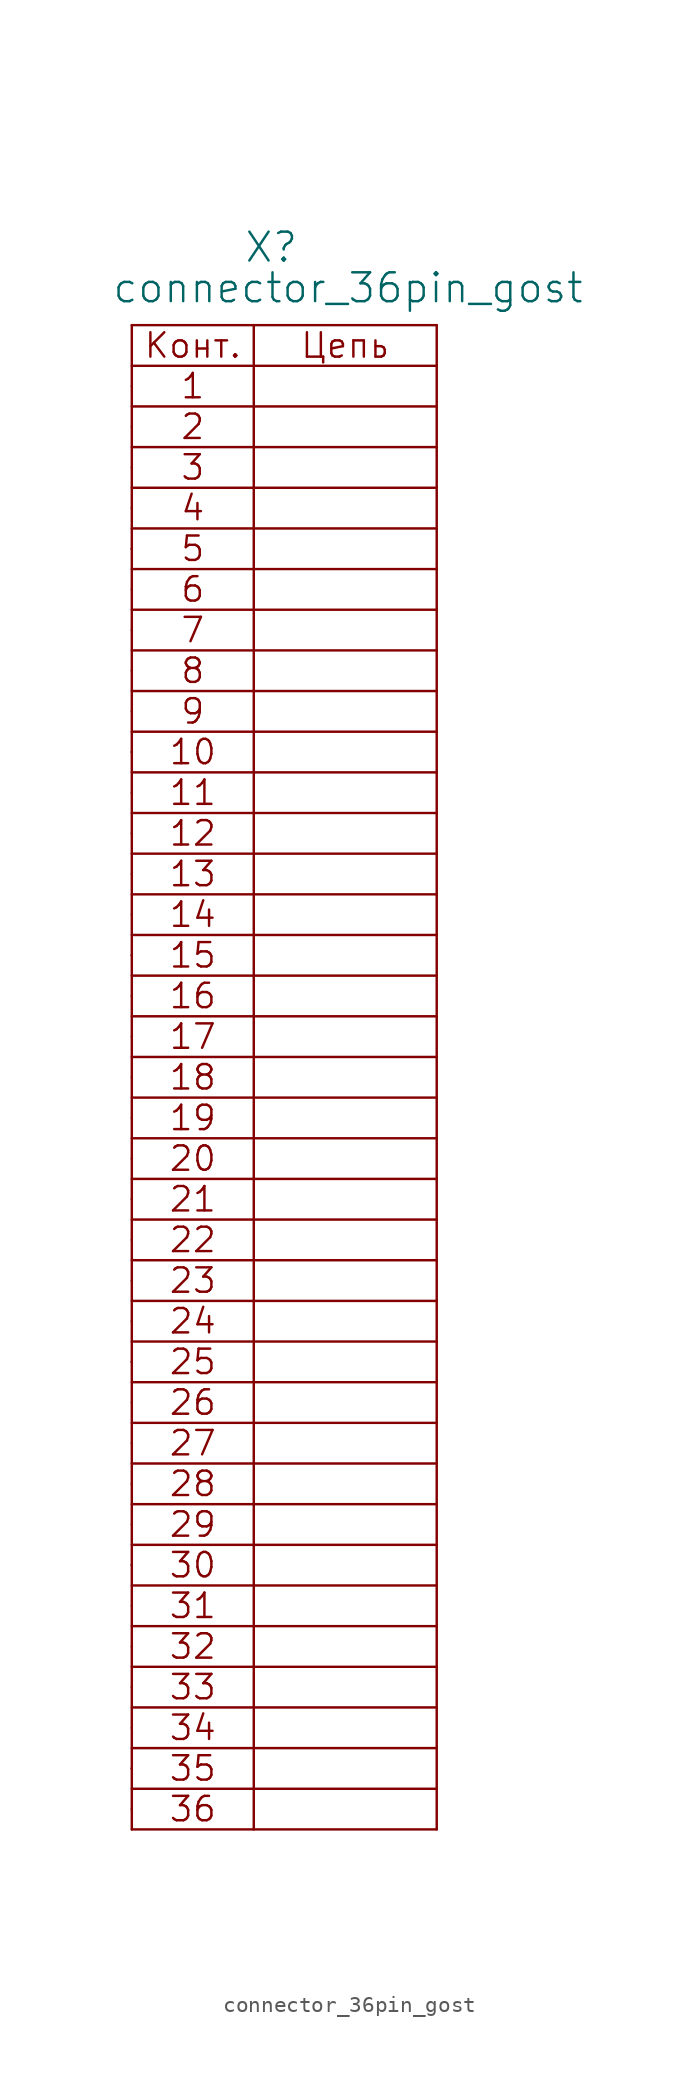
<source format=kicad_sym>
(kicad_symbol_lib
  (version 20211014)
  (generator kicad_symbol_editor)
  (symbol "connector_36pin_gost"
    (pin_numbers hide)
    (pin_names
      (offset 1.016) hide)
    (property "Reference" "X"
      (at 6.985 7.62 0)
      (effects (font (size 1.803 1.803)) (justify left bottom)))
    (property "Value" "connector_36pin_gost"
      (at -1.27 5.08 0)
      (effects (font (size 1.803 1.803)) (justify left bottom)))
    (property "Datasheet" ""
      (at 0 0 0)
      (effects (font (size 1.524 1.524))))
    (symbol "connector_36pin_gost_0_0"
      (polyline (pts (xy 0 -87.63) (xy 19.05 -87.63)) (stroke (width 0) (type default) (color 0 0 0 0)) (fill (type none)))
      (polyline (pts (xy 0 -86.36) (xy 0 -86.36)) (stroke (width 0) (type default) (color 0 0 0 0)) (fill (type none)))
      (polyline (pts (xy 0 -85.09) (xy 19.05 -85.09)) (stroke (width 0) (type default) (color 0 0 0 0)) (fill (type none)))
      (polyline (pts (xy 0 -82.55) (xy 19.05 -82.55)) (stroke (width 0) (type default) (color 0 0 0 0)) (fill (type none)))
      (polyline (pts (xy 0 -80.01) (xy 19.05 -80.01)) (stroke (width 0) (type default) (color 0 0 0 0)) (fill (type none)))
      (polyline (pts (xy 0 -74.93) (xy 19.05 -74.93)) (stroke (width 0) (type default) (color 0 0 0 0)) (fill (type none)))
      (polyline (pts (xy 0 -73.66) (xy 0 -73.66)) (stroke (width 0) (type default) (color 0 0 0 0)) (fill (type none)))
      (polyline (pts (xy 0 -72.39) (xy 19.05 -72.39)) (stroke (width 0) (type default) (color 0 0 0 0)) (fill (type none)))
      (polyline (pts (xy 0 -69.85) (xy 19.05 -69.85)) (stroke (width 0) (type default) (color 0 0 0 0)) (fill (type none)))
      (polyline (pts (xy 0 -67.31) (xy 19.05 -67.31)) (stroke (width 0) (type default) (color 0 0 0 0)) (fill (type none)))
      (polyline (pts (xy 0 -62.23) (xy 19.05 -62.23)) (stroke (width 0) (type default) (color 0 0 0 0)) (fill (type none)))
      (polyline (pts (xy 0 -60.96) (xy 0 -60.96)) (stroke (width 0) (type default) (color 0 0 0 0)) (fill (type none)))
      (polyline (pts (xy 0 -59.69) (xy 19.05 -59.69)) (stroke (width 0) (type default) (color 0 0 0 0)) (fill (type none)))
      (polyline (pts (xy 0 -57.15) (xy 19.05 -57.15)) (stroke (width 0) (type default) (color 0 0 0 0)) (fill (type none)))
      (polyline (pts (xy 0 -54.61) (xy 19.05 -54.61)) (stroke (width 0) (type default) (color 0 0 0 0)) (fill (type none)))
      (polyline (pts (xy 0 -49.53) (xy 19.05 -49.53)) (stroke (width 0) (type default) (color 0 0 0 0)) (fill (type none)))
      (polyline (pts (xy 0 -46.99) (xy 19.05 -46.99)) (stroke (width 0) (type default) (color 0 0 0 0)) (fill (type none)))
      (polyline (pts (xy 0 -44.45) (xy 19.05 -44.45)) (stroke (width 0) (type default) (color 0 0 0 0)) (fill (type none)))
      (polyline (pts (xy 0 -41.91) (xy 19.05 -41.91)) (stroke (width 0) (type default) (color 0 0 0 0)) (fill (type none)))
      (polyline (pts (xy 0 -36.83) (xy 19.05 -36.83)) (stroke (width 0) (type default) (color 0 0 0 0)) (fill (type none)))
      (polyline (pts (xy 0 -35.56) (xy 0 -35.56)) (stroke (width 0) (type default) (color 0 0 0 0)) (fill (type none)))
      (polyline (pts (xy 0 -34.29) (xy 19.05 -34.29)) (stroke (width 0) (type default) (color 0 0 0 0)) (fill (type none)))
      (polyline (pts (xy 0 -31.75) (xy 19.05 -31.75)) (stroke (width 0) (type default) (color 0 0 0 0)) (fill (type none)))
      (polyline (pts (xy 0 -29.21) (xy 19.05 -29.21)) (stroke (width 0) (type default) (color 0 0 0 0)) (fill (type none)))
      (polyline (pts (xy 0 -24.13) (xy 19.05 -24.13)) (stroke (width 0) (type default) (color 0 0 0 0)) (fill (type none)))
      (polyline (pts (xy 0 -22.86) (xy 0 -22.86)) (stroke (width 0) (type default) (color 0 0 0 0)) (fill (type none)))
      (polyline (pts (xy 0 -21.59) (xy 19.05 -21.59)) (stroke (width 0) (type default) (color 0 0 0 0)) (fill (type none)))
      (polyline (pts (xy 0 -19.05) (xy 19.05 -19.05)) (stroke (width 0) (type default) (color 0 0 0 0)) (fill (type none)))
      (polyline (pts (xy 0 -16.51) (xy 19.05 -16.51)) (stroke (width 0) (type default) (color 0 0 0 0)) (fill (type none)))
      (polyline (pts (xy 0 -11.43) (xy 19.05 -11.43)) (stroke (width 0) (type default) (color 0 0 0 0)) (fill (type none)))
      (polyline (pts (xy 0 -10.16) (xy 0 -10.16)) (stroke (width 0) (type default) (color 0 0 0 0)) (fill (type none)))
      (polyline (pts (xy 0 -8.89) (xy 19.05 -8.89)) (stroke (width 0) (type default) (color 0 0 0 0)) (fill (type none)))
      (polyline (pts (xy 0 -6.35) (xy 19.05 -6.35)) (stroke (width 0) (type default) (color 0 0 0 0)) (fill (type none)))
      (polyline (pts (xy 0 -3.81) (xy 19.05 -3.81)) (stroke (width 0) (type default) (color 0 0 0 0)) (fill (type none)))
      (polyline (pts (xy 0 1.27) (xy 19.05 1.27)) (stroke (width 0) (type default) (color 0 0 0 0)) (fill (type none)))
      (polyline (pts (xy 19.05 -90.17) (xy 0 -90.17)) (stroke (width 0) (type default) (color 0 0 0 0)) (fill (type none)))
      (polyline (pts (xy 19.05 -77.47) (xy 0 -77.47)) (stroke (width 0) (type default) (color 0 0 0 0)) (fill (type none)))
      (polyline (pts (xy 19.05 -64.77) (xy 0 -64.77)) (stroke (width 0) (type default) (color 0 0 0 0)) (fill (type none)))
      (polyline (pts (xy 19.05 -52.07) (xy 0 -52.07)) (stroke (width 0) (type default) (color 0 0 0 0)) (fill (type none)))
      (polyline (pts (xy 19.05 -39.37) (xy 0 -39.37)) (stroke (width 0) (type default) (color 0 0 0 0)) (fill (type none)))
      (polyline (pts (xy 19.05 -26.67) (xy 0 -26.67)) (stroke (width 0) (type default) (color 0 0 0 0)) (fill (type none)))
      (polyline (pts (xy 19.05 -13.97) (xy 0 -13.97)) (stroke (width 0) (type default) (color 0 0 0 0)) (fill (type none)))
      (polyline (pts (xy 19.05 -1.27) (xy 0 -1.27)) (stroke (width 0) (type default) (color 0 0 0 0)) (fill (type none)))
      (text "1" (at 3.81 0 0) (effects (font (size 1.524 1.524))))
      (text "10" (at 3.81 -22.86 0) (effects (font (size 1.524 1.524))))
      (text "11" (at 3.81 -25.4 0) (effects (font (size 1.524 1.524))))
      (text "12" (at 3.81 -27.94 0) (effects (font (size 1.524 1.524))))
      (text "13" (at 3.81 -30.48 0) (effects (font (size 1.524 1.524))))
      (text "14" (at 3.81 -33.02 0) (effects (font (size 1.524 1.524))))
      (text "15" (at 3.81 -35.56 0) (effects (font (size 1.524 1.524))))
      (text "16" (at 3.81 -38.1 0) (effects (font (size 1.524 1.524))))
      (text "17" (at 3.81 -40.64 0) (effects (font (size 1.524 1.524))))
      (text "18" (at 3.81 -43.18 0) (effects (font (size 1.524 1.524))))
      (text "19" (at 3.81 -45.72 0) (effects (font (size 1.524 1.524))))
      (text "2" (at 3.81 -2.54 0) (effects (font (size 1.524 1.524))))
      (text "20" (at 3.81 -48.26 0) (effects (font (size 1.524 1.524))))
      (text "21" (at 3.81 -50.8 0) (effects (font (size 1.524 1.524))))
      (text "22" (at 3.81 -53.34 0) (effects (font (size 1.524 1.524))))
      (text "23" (at 3.81 -55.88 0) (effects (font (size 1.524 1.524))))
      (text "24" (at 3.81 -58.42 0) (effects (font (size 1.524 1.524))))
      (text "25" (at 3.81 -60.96 0) (effects (font (size 1.524 1.524))))
      (text "26" (at 3.81 -63.5 0) (effects (font (size 1.524 1.524))))
      (text "27" (at 3.81 -66.04 0) (effects (font (size 1.524 1.524))))
      (text "28" (at 3.81 -68.58 0) (effects (font (size 1.524 1.524))))
      (text "29" (at 3.81 -71.12 0) (effects (font (size 1.524 1.524))))
      (text "3" (at 3.81 -5.08 0) (effects (font (size 1.524 1.524))))
      (text "30" (at 3.81 -73.66 0) (effects (font (size 1.524 1.524))))
      (text "31" (at 3.81 -76.2 0) (effects (font (size 1.524 1.524))))
      (text "32" (at 3.81 -78.74 0) (effects (font (size 1.524 1.524))))
      (text "33" (at 3.81 -81.28 0) (effects (font (size 1.524 1.524))))
      (text "34" (at 3.81 -83.82 0) (effects (font (size 1.524 1.524))))
      (text "35" (at 3.81 -86.36 0) (effects (font (size 1.524 1.524))))
      (text "36" (at 3.81 -88.9 0) (effects (font (size 1.524 1.524))))
      (text "4" (at 3.81 -7.62 0) (effects (font (size 1.524 1.524))))
      (text "5" (at 3.81 -10.16 0) (effects (font (size 1.524 1.524))))
      (text "6" (at 3.81 -12.7 0) (effects (font (size 1.524 1.524))))
      (text "7" (at 3.81 -15.24 0) (effects (font (size 1.524 1.524))))
      (text "8" (at 3.81 -17.78 0) (effects (font (size 1.524 1.524))))
      (text "9" (at 3.81 -20.32 0) (effects (font (size 1.524 1.524))))
      (text "Конт." (at 3.81 2.54 0) (effects (font (size 1.524 1.524))))
      (text "Цепь" (at 13.335 2.54 0) (effects (font (size 1.524 1.524)))))
    (symbol "connector_36pin_gost_0_1"
      (polyline (pts (xy 0 -90.17) (xy 0 3.81)) (stroke (width 0) (type default) (color 0 0 0 0)) (fill (type none)))
      (polyline (pts (xy 0 3.81) (xy 19.05 3.81)) (stroke (width 0) (type default) (color 0 0 0 0)) (fill (type none)))
      (polyline (pts (xy 7.62 3.81) (xy 7.62 -90.17)) (stroke (width 0) (type default) (color 0 0 0 0)) (fill (type none)))
      (polyline (pts (xy 19.05 -90.17) (xy 19.05 3.81)) (stroke (width 0) (type default) (color 0 0 0 0)) (fill (type none))))
    (symbol "connector_36pin_gost_1_1"
      (pin passive line (at 0 0 0) (length 0) (name "~" (effects (font (size 1.549 1.549)))) (number "1" (effects (font (size 1.549 1.549)))))
      (pin passive line (at 0 -22.86 0) (length 0) (name "~" (effects (font (size 1.549 1.549)))) (number "10" (effects (font (size 1.549 1.549)))))
      (pin passive line (at 0 -25.4 0) (length 0) (name "~" (effects (font (size 1.549 1.549)))) (number "11" (effects (font (size 1.549 1.549)))))
      (pin passive line (at 0 -27.94 0) (length 0) (name "~" (effects (font (size 1.549 1.549)))) (number "12" (effects (font (size 1.549 1.549)))))
      (pin passive line (at 0 -30.48 0) (length 0) (name "~" (effects (font (size 1.549 1.549)))) (number "13" (effects (font (size 1.549 1.549)))))
      (pin passive line (at 0 -33.02 0) (length 0) (name "~" (effects (font (size 1.549 1.549)))) (number "14" (effects (font (size 1.549 1.549)))))
      (pin passive line (at 0 -35.56 0) (length 0) (name "~" (effects (font (size 1.549 1.549)))) (number "15" (effects (font (size 1.549 1.549)))))
      (pin passive line (at 0 -38.1 0) (length 0) (name "~" (effects (font (size 1.549 1.549)))) (number "16" (effects (font (size 1.549 1.549)))))
      (pin passive line (at 0 -40.64 0) (length 0) (name "~" (effects (font (size 1.549 1.549)))) (number "17" (effects (font (size 1.549 1.549)))))
      (pin passive line (at 0 -43.18 0) (length 0) (name "~" (effects (font (size 1.549 1.549)))) (number "18" (effects (font (size 1.549 1.549)))))
      (pin passive line (at 0 -45.72 0) (length 0) (name "~" (effects (font (size 1.549 1.549)))) (number "19" (effects (font (size 1.549 1.549)))))
      (pin passive line (at 0 -2.54 0) (length 0) (name "~" (effects (font (size 1.549 1.549)))) (number "2" (effects (font (size 1.549 1.549)))))
      (pin passive line (at 0 -48.26 0) (length 0) (name "~" (effects (font (size 1.549 1.549)))) (number "20" (effects (font (size 1.549 1.549)))))
      (pin passive line (at 0 -50.8 0) (length 0) (name "~" (effects (font (size 1.549 1.549)))) (number "21" (effects (font (size 1.549 1.549)))))
      (pin passive line (at 0 -53.34 0) (length 0) (name "~" (effects (font (size 1.549 1.549)))) (number "22" (effects (font (size 1.549 1.549)))))
      (pin passive line (at 0 -55.88 0) (length 0) (name "~" (effects (font (size 1.549 1.549)))) (number "23" (effects (font (size 1.549 1.549)))))
      (pin passive line (at 0 -58.42 0) (length 0) (name "~" (effects (font (size 1.549 1.549)))) (number "24" (effects (font (size 1.549 1.549)))))
      (pin passive line (at 0 -60.96 0) (length 0) (name "~" (effects (font (size 1.549 1.549)))) (number "25" (effects (font (size 1.549 1.549)))))
      (pin passive line (at 0 -63.5 0) (length 0) (name "~" (effects (font (size 1.549 1.549)))) (number "26" (effects (font (size 1.549 1.549)))))
      (pin passive line (at 0 -66.04 0) (length 0) (name "~" (effects (font (size 1.549 1.549)))) (number "27" (effects (font (size 1.549 1.549)))))
      (pin passive line (at 0 -68.58 0) (length 0) (name "~" (effects (font (size 1.549 1.549)))) (number "28" (effects (font (size 1.549 1.549)))))
      (pin passive line (at 0 -71.12 0) (length 0) (name "~" (effects (font (size 1.549 1.549)))) (number "29" (effects (font (size 1.549 1.549)))))
      (pin passive line (at 0 -5.08 0) (length 0) (name "~" (effects (font (size 1.549 1.549)))) (number "3" (effects (font (size 1.549 1.549)))))
      (pin passive line (at 0 -73.66 0) (length 0) (name "~" (effects (font (size 1.549 1.549)))) (number "30" (effects (font (size 1.549 1.549)))))
      (pin passive line (at 0 -76.2 0) (length 0) (name "~" (effects (font (size 1.549 1.549)))) (number "31" (effects (font (size 1.549 1.549)))))
      (pin passive line (at 0 -78.74 0) (length 0) (name "~" (effects (font (size 1.549 1.549)))) (number "32" (effects (font (size 1.549 1.549)))))
      (pin passive line (at 0 -81.28 0) (length 0) (name "~" (effects (font (size 1.549 1.549)))) (number "33" (effects (font (size 1.549 1.549)))))
      (pin passive line (at 0 -83.82 0) (length 0) (name "~" (effects (font (size 1.549 1.549)))) (number "34" (effects (font (size 1.549 1.549)))))
      (pin passive line (at 0 -86.36 0) (length 0) (name "~" (effects (font (size 1.549 1.549)))) (number "35" (effects (font (size 1.549 1.549)))))
      (pin passive line (at 0 -88.9 0) (length 0) (name "~" (effects (font (size 1.549 1.549)))) (number "36" (effects (font (size 1.549 1.549)))))
      (pin passive line (at 0 -7.62 0) (length 0) (name "~" (effects (font (size 1.549 1.549)))) (number "4" (effects (font (size 1.549 1.549)))))
      (pin passive line (at 0 -10.16 0) (length 0) (name "~" (effects (font (size 1.549 1.549)))) (number "5" (effects (font (size 1.549 1.549)))))
      (pin passive line (at 0 -12.7 0) (length 0) (name "~" (effects (font (size 1.549 1.549)))) (number "6" (effects (font (size 1.549 1.549)))))
      (pin passive line (at 0 -15.24 0) (length 0) (name "~" (effects (font (size 1.549 1.549)))) (number "7" (effects (font (size 1.549 1.549)))))
      (pin passive line (at 0 -17.78 0) (length 0) (name "~" (effects (font (size 1.549 1.549)))) (number "8" (effects (font (size 1.549 1.549)))))
      (pin passive line (at 0 -20.32 0) (length 0) (name "~" (effects (font (size 1.549 1.549)))) (number "9" (effects (font (size 1.549 1.549))))))))
</source>
